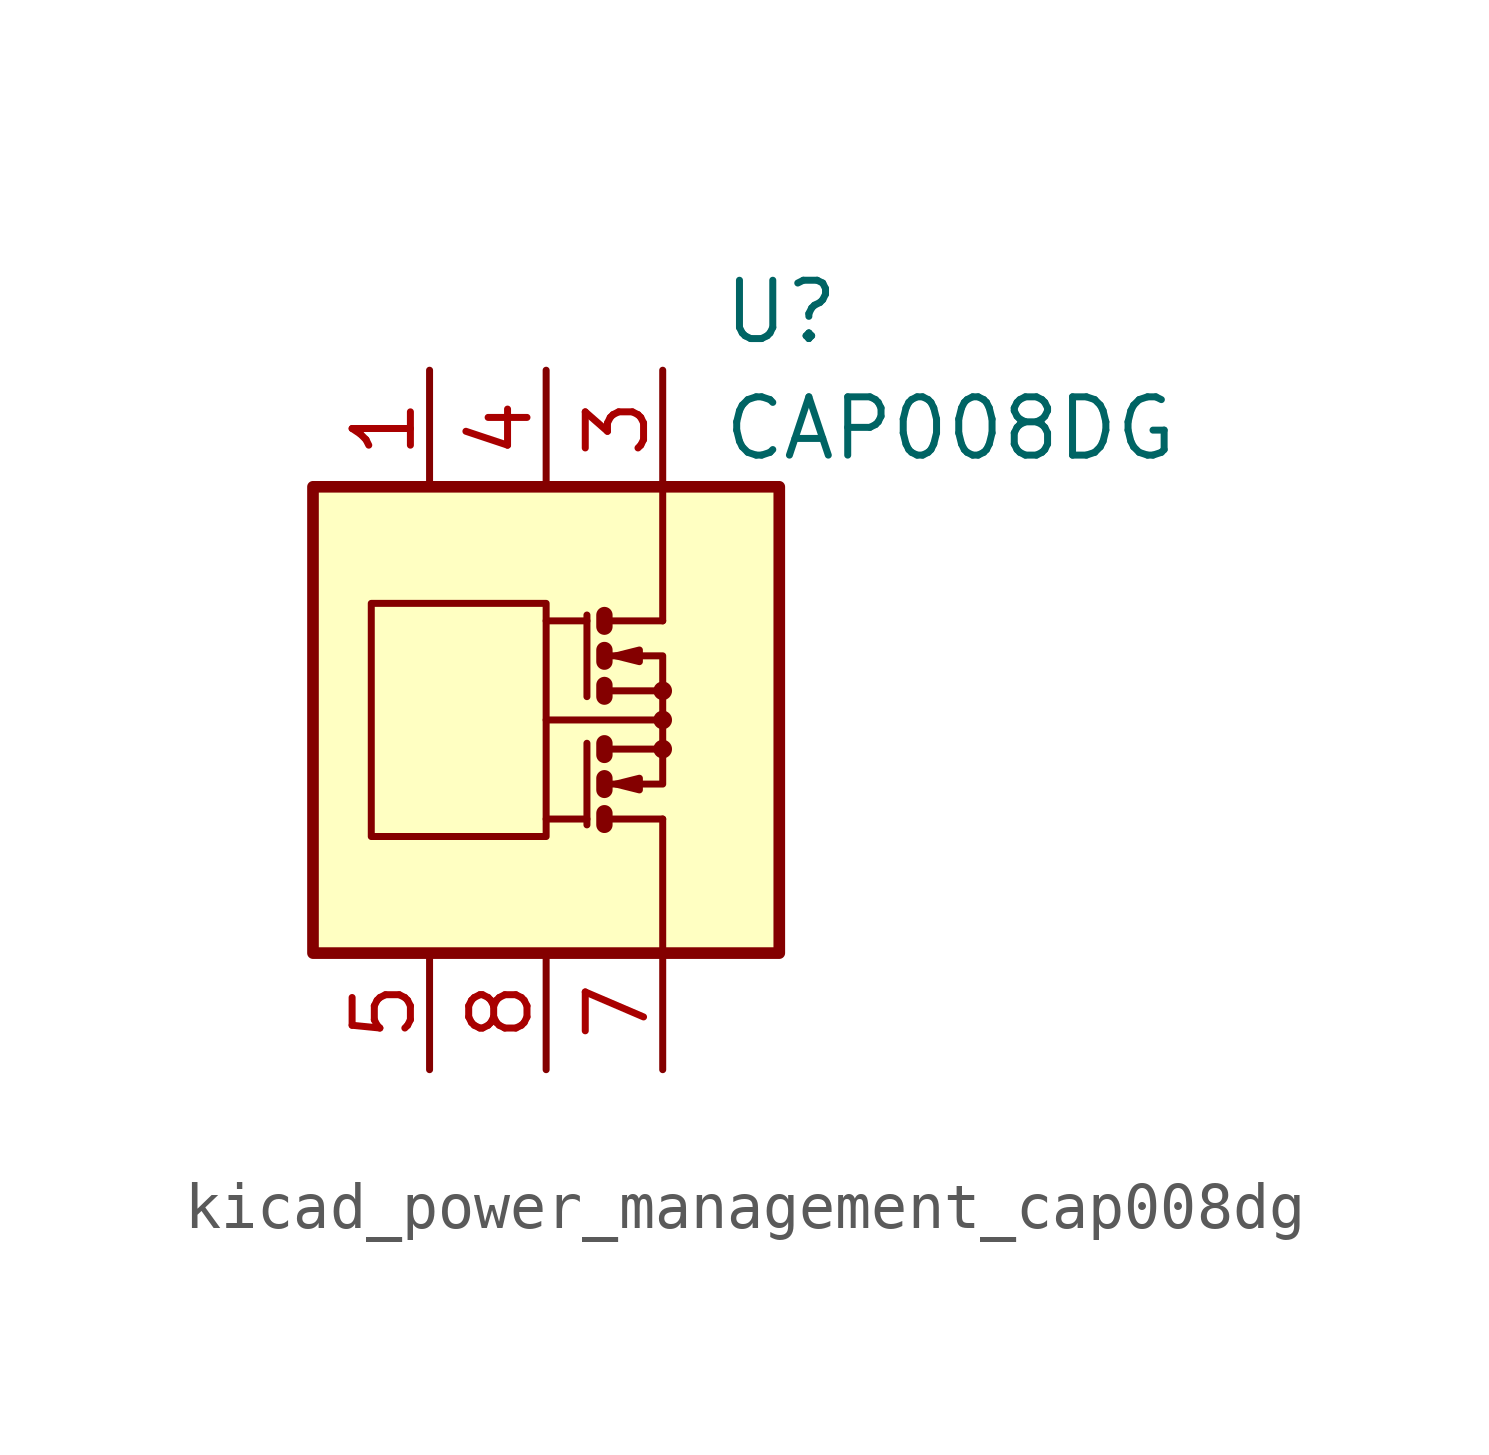
<source format=kicad_sym>
(kicad_symbol_lib
  (version 20220914)
  (generator kicad_symbol_editor)
  (symbol "kicad_power_management_cap008dg"
    (pin_names
      (offset 1.27))
    (property "Reference" "U"
      (at 3.81 8.89 0)
      (effects (font (size 1.27 1.27)) (justify left)))
    (property "Value" "CAP008DG"
      (at 3.81 6.35 0)
      (effects (font (size 1.27 1.27)) (justify left)))
    (symbol "kicad_power_management_cap008dg_0_1"
      (rectangle (start -5.08 5.08) (end 5.08 -5.08) (stroke (width 0.254) (type default)) (fill (type background)))
      (rectangle (start -3.81 2.54) (end 0 -2.54) (stroke (width 0) (type default)) (fill (type none)))
      (polyline (pts (xy 0.889 -2.159) (xy 0 -2.159)) (stroke (width 0) (type default)) (fill (type none)))
      (polyline (pts (xy 0.889 -0.508) (xy 0.889 -2.286)) (stroke (width 0) (type default)) (fill (type none)))
      (polyline (pts (xy 0.889 2.159) (xy 0 2.159)) (stroke (width 0) (type default)) (fill (type none)))
      (polyline (pts (xy 0.889 2.286) (xy 0.889 0.508)) (stroke (width 0) (type default)) (fill (type none)))
      (polyline (pts (xy 1.27 -2.159) (xy 2.54 -2.159)) (stroke (width 0) (type default)) (fill (type none)))
      (polyline (pts (xy 1.27 2.159) (xy 2.54 2.159)) (stroke (width 0) (type default)) (fill (type none)))
      (polyline (pts (xy 2.413 0) (xy 0 0)) (stroke (width 0) (type default)) (fill (type none)))
      (polyline (pts (xy 2.54 -2.159) (xy 2.54 -5.08)) (stroke (width 0) (type default)) (fill (type none)))
      (polyline (pts (xy 1.27 -2.032) (xy 1.27 -2.286) (xy 1.27 -2.286)) (stroke (width 0.356) (type default)) (fill (type none)))
      (polyline (pts (xy 1.27 -1.27) (xy 1.27 -1.524) (xy 1.27 -1.524)) (stroke (width 0.356) (type default)) (fill (type none)))
      (polyline (pts (xy 1.27 0.762) (xy 1.27 0.508) (xy 1.27 0.508)) (stroke (width 0.356) (type default)) (fill (type none)))
      (polyline (pts (xy 1.27 1.524) (xy 1.27 1.27) (xy 1.27 1.27)) (stroke (width 0.356) (type default)) (fill (type none)))
      (polyline (pts (xy 1.27 2.286) (xy 1.27 2.032) (xy 1.27 2.032)) (stroke (width 0.356) (type default)) (fill (type none)))
      (polyline (pts (xy 1.397 -1.397) (xy 2.54 -1.397) (xy 2.54 -0.635)) (stroke (width 0) (type default)) (fill (type none)))
      (polyline (pts (xy 1.397 1.397) (xy 2.54 1.397) (xy 2.54 0.635)) (stroke (width 0) (type default)) (fill (type none)))
      (polyline (pts (xy 2.54 2.159) (xy 2.54 5.08) (xy 2.54 3.175)) (stroke (width 0) (type default)) (fill (type none)))
      (polyline (pts (xy 1.397 -0.635) (xy 2.54 -0.635) (xy 2.54 0.635) (xy 1.397 0.635)) (stroke (width 0) (type default)) (fill (type none)))
      (polyline (pts (xy 1.524 -1.397) (xy 2.032 -1.27) (xy 2.032 -1.524) (xy 1.524 -1.397)) (stroke (width 0) (type default)) (fill (type none)))
      (polyline (pts (xy 1.524 1.397) (xy 2.032 1.524) (xy 2.032 1.27) (xy 1.524 1.397)) (stroke (width 0) (type default)) (fill (type none)))
      (circle (center 2.54 -0.635) (radius 0.127) (stroke (width 0) (type default)) (fill (type none)))
      (circle (center 2.54 0) (radius 0.127) (stroke (width 0) (type default)) (fill (type none)))
      (circle (center 2.54 0.635) (radius 0.127) (stroke (width 0) (type default)) (fill (type none))))
    (symbol "kicad_power_management_cap008dg_1_1"
      (polyline (pts (xy 1.27 -0.508) (xy 1.27 -0.762)) (stroke (width 0.356) (type default)) (fill (type none)))
      (pin passive line (at -2.54 7.62 270) (length 2.54) (name "~" (effects (font (size 1.27 1.27)))) (number "1" (effects (font (size 1.27 1.27)))))
      (pin passive line (at 2.54 7.62 270) (length 2.54) hide (name "~" (effects (font (size 1.27 1.27)))) (number "2" (effects (font (size 1.27 1.27)))))
      (pin passive line (at 2.54 7.62 270) (length 2.54) (name "~" (effects (font (size 1.27 1.27)))) (number "3" (effects (font (size 1.27 1.27)))))
      (pin passive line (at 0 7.62 270) (length 2.54) (name "~" (effects (font (size 1.27 1.27)))) (number "4" (effects (font (size 1.27 1.27)))))
      (pin passive line (at -2.54 -7.62 90) (length 2.54) (name "~" (effects (font (size 1.27 1.27)))) (number "5" (effects (font (size 1.27 1.27)))))
      (pin passive line (at 2.54 -7.62 90) (length 2.54) hide (name "~" (effects (font (size 1.27 1.27)))) (number "6" (effects (font (size 1.27 1.27)))))
      (pin passive line (at 2.54 -7.62 90) (length 2.54) (name "~" (effects (font (size 1.27 1.27)))) (number "7" (effects (font (size 1.27 1.27)))))
      (pin passive line (at 0 -7.62 90) (length 2.54) (name "~" (effects (font (size 1.27 1.27)))) (number "8" (effects (font (size 1.27 1.27))))))))
</source>
